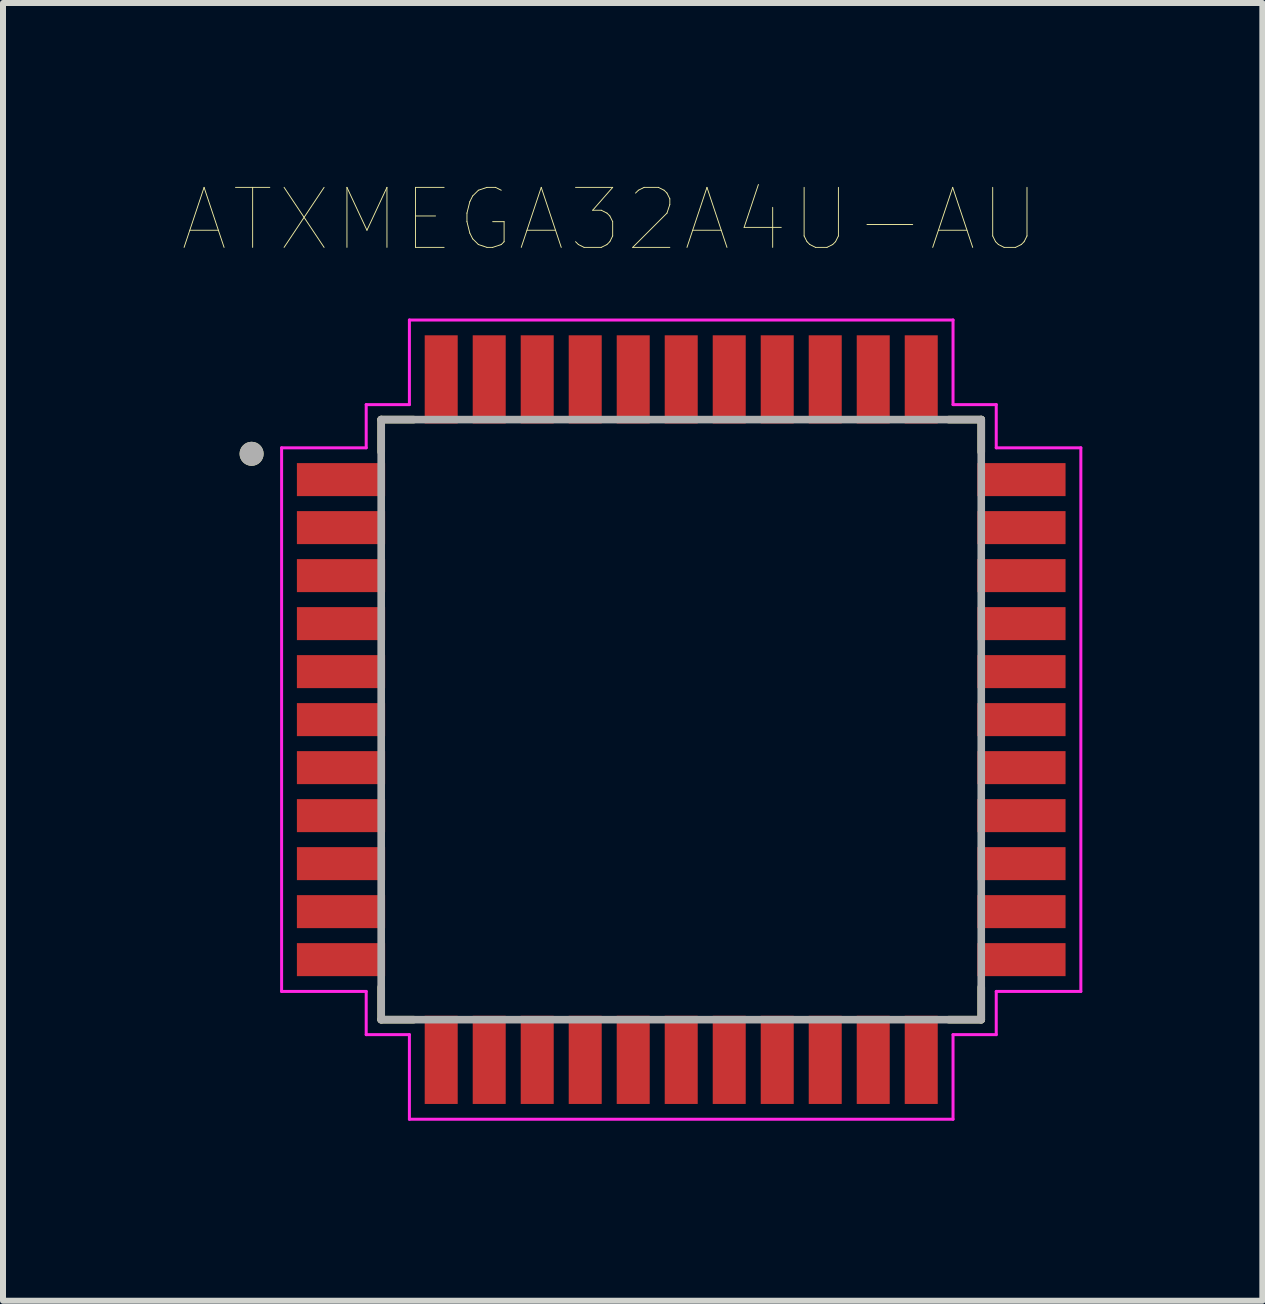
<source format=kicad_pcb>
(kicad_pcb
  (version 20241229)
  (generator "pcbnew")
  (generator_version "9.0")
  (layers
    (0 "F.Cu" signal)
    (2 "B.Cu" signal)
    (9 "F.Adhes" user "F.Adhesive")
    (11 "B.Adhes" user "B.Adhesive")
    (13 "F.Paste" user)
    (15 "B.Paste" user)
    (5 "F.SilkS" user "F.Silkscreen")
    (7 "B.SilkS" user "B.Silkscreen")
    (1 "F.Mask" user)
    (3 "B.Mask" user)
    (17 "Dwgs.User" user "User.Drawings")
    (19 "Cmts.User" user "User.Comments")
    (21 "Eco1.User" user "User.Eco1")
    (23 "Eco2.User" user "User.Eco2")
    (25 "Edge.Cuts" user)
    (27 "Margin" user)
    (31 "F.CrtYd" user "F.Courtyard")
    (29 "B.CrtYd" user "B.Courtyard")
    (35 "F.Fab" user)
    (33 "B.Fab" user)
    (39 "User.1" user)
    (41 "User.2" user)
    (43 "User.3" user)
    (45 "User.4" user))
  (footprint "ATXMEGA32A4U-AU"
    (layer "F.Cu")
    (at 8.303 8.943)
    (property "Reference" "ATXMEGA32A4U-AU" (at -1.19 -8.332 0) (layer "F.SilkS") (effects (font (size 1 1) (thickness 0.015))))
    (attr through_hole)
    (fp_line (start -5 -5) (end -5 -4.46) (stroke (width 0.127) (type solid)) (layer "F.SilkS"))
    (fp_line (start -5 -5) (end -4.46 -5) (stroke (width 0.127) (type solid)) (layer "F.SilkS"))
    (fp_line (start -5 5) (end -5 4.46) (stroke (width 0.127) (type solid)) (layer "F.SilkS"))
    (fp_line (start -5 5) (end -4.46 5) (stroke (width 0.127) (type solid)) (layer "F.SilkS"))
    (fp_line (start 5 -5) (end 4.46 -5) (stroke (width 0.127) (type solid)) (layer "F.SilkS"))
    (fp_line (start 5 -5) (end 5 -4.46) (stroke (width 0.127) (type solid)) (layer "F.SilkS"))
    (fp_line (start 5 5) (end 4.46 5) (stroke (width 0.127) (type solid)) (layer "F.SilkS"))
    (fp_line (start 5 5) (end 5 4.46) (stroke (width 0.127) (type solid)) (layer "F.SilkS"))
    (fp_circle (center -7.16 -4.43) (end -7.06 -4.43) (stroke (width 0.2) (type solid)) (fill no) (layer "F.SilkS"))
    (fp_line (start -6.66 -4.53) (end -5.25 -4.53) (stroke (width 0.05) (type solid)) (layer "F.CrtYd"))
    (fp_line (start -6.66 4.53) (end -6.66 -4.53) (stroke (width 0.05) (type solid)) (layer "F.CrtYd"))
    (fp_line (start -5.25 -5.25) (end -4.53 -5.25) (stroke (width 0.05) (type solid)) (layer "F.CrtYd"))
    (fp_line (start -5.25 -4.53) (end -5.25 -5.25) (stroke (width 0.05) (type solid)) (layer "F.CrtYd"))
    (fp_line (start -5.25 4.53) (end -6.66 4.53) (stroke (width 0.05) (type solid)) (layer "F.CrtYd"))
    (fp_line (start -5.25 5.25) (end -5.25 4.53) (stroke (width 0.05) (type solid)) (layer "F.CrtYd"))
    (fp_line (start -4.53 -6.66) (end 4.53 -6.66) (stroke (width 0.05) (type solid)) (layer "F.CrtYd"))
    (fp_line (start -4.53 -5.25) (end -4.53 -6.66) (stroke (width 0.05) (type solid)) (layer "F.CrtYd"))
    (fp_line (start -4.53 5.25) (end -5.25 5.25) (stroke (width 0.05) (type solid)) (layer "F.CrtYd"))
    (fp_line (start -4.53 6.66) (end -4.53 5.25) (stroke (width 0.05) (type solid)) (layer "F.CrtYd"))
    (fp_line (start 4.53 -6.66) (end 4.53 -5.25) (stroke (width 0.05) (type solid)) (layer "F.CrtYd"))
    (fp_line (start 4.53 -5.25) (end 5.25 -5.25) (stroke (width 0.05) (type solid)) (layer "F.CrtYd"))
    (fp_line (start 4.53 5.25) (end 4.53 6.66) (stroke (width 0.05) (type solid)) (layer "F.CrtYd"))
    (fp_line (start 4.53 6.66) (end -4.53 6.66) (stroke (width 0.05) (type solid)) (layer "F.CrtYd"))
    (fp_line (start 5.25 -5.25) (end 5.25 -4.53) (stroke (width 0.05) (type solid)) (layer "F.CrtYd"))
    (fp_line (start 5.25 -4.53) (end 6.66 -4.53) (stroke (width 0.05) (type solid)) (layer "F.CrtYd"))
    (fp_line (start 5.25 4.53) (end 5.25 5.25) (stroke (width 0.05) (type solid)) (layer "F.CrtYd"))
    (fp_line (start 5.25 5.25) (end 4.53 5.25) (stroke (width 0.05) (type solid)) (layer "F.CrtYd"))
    (fp_line (start 6.66 -4.53) (end 6.66 4.53) (stroke (width 0.05) (type solid)) (layer "F.CrtYd"))
    (fp_line (start 6.66 4.53) (end 5.25 4.53) (stroke (width 0.05) (type solid)) (layer "F.CrtYd"))
    (fp_line (start -5 5) (end -5 -5) (stroke (width 0.127) (type solid)) (layer "F.Fab"))
    (fp_line (start 5 -5) (end -5 -5) (stroke (width 0.127) (type solid)) (layer "F.Fab"))
    (fp_line (start 5 5) (end -5 5) (stroke (width 0.127) (type solid)) (layer "F.Fab"))
    (fp_line (start 5 5) (end 5 -5) (stroke (width 0.127) (type solid)) (layer "F.Fab"))
    (fp_circle (center -7.16 -4.43) (end -7.06 -4.43) (stroke (width 0.2) (type solid)) (fill no) (layer "F.Fab"))
    (pad "1" smd rect (at -5.67 -4) (size 1.47 0.55) (layers "F.Cu" "F.Mask" "F.Paste"))
    (pad "2" smd rect (at -5.67 -3.2) (size 1.47 0.55) (layers "F.Cu" "F.Mask" "F.Paste"))
    (pad "3" smd rect (at -5.67 -2.4) (size 1.47 0.55) (layers "F.Cu" "F.Mask" "F.Paste"))
    (pad "4" smd rect (at -5.67 -1.6) (size 1.47 0.55) (layers "F.Cu" "F.Mask" "F.Paste"))
    (pad "5" smd rect (at -5.67 -0.8) (size 1.47 0.55) (layers "F.Cu" "F.Mask" "F.Paste"))
    (pad "6" smd rect (at -5.67 0) (size 1.47 0.55) (layers "F.Cu" "F.Mask" "F.Paste"))
    (pad "7" smd rect (at -5.67 0.8) (size 1.47 0.55) (layers "F.Cu" "F.Mask" "F.Paste"))
    (pad "8" smd rect (at -5.67 1.6) (size 1.47 0.55) (layers "F.Cu" "F.Mask" "F.Paste"))
    (pad "9" smd rect (at -5.67 2.4) (size 1.47 0.55) (layers "F.Cu" "F.Mask" "F.Paste"))
    (pad "10" smd rect (at -5.67 3.2) (size 1.47 0.55) (layers "F.Cu" "F.Mask" "F.Paste"))
    (pad "11" smd rect (at -5.67 4) (size 1.47 0.55) (layers "F.Cu" "F.Mask" "F.Paste"))
    (pad "12" smd rect (at -4 5.67) (size 0.55 1.47) (layers "F.Cu" "F.Mask" "F.Paste"))
    (pad "13" smd rect (at -3.2 5.67) (size 0.55 1.47) (layers "F.Cu" "F.Mask" "F.Paste"))
    (pad "14" smd rect (at -2.4 5.67) (size 0.55 1.47) (layers "F.Cu" "F.Mask" "F.Paste"))
    (pad "15" smd rect (at -1.6 5.67) (size 0.55 1.47) (layers "F.Cu" "F.Mask" "F.Paste"))
    (pad "16" smd rect (at -0.8 5.67) (size 0.55 1.47) (layers "F.Cu" "F.Mask" "F.Paste"))
    (pad "17" smd rect (at 0 5.67) (size 0.55 1.47) (layers "F.Cu" "F.Mask" "F.Paste"))
    (pad "18" smd rect (at 0.8 5.67) (size 0.55 1.47) (layers "F.Cu" "F.Mask" "F.Paste"))
    (pad "19" smd rect (at 1.6 5.67) (size 0.55 1.47) (layers "F.Cu" "F.Mask" "F.Paste"))
    (pad "20" smd rect (at 2.4 5.67) (size 0.55 1.47) (layers "F.Cu" "F.Mask" "F.Paste"))
    (pad "21" smd rect (at 3.2 5.67) (size 0.55 1.47) (layers "F.Cu" "F.Mask" "F.Paste"))
    (pad "22" smd rect (at 4 5.67) (size 0.55 1.47) (layers "F.Cu" "F.Mask" "F.Paste"))
    (pad "23" smd rect (at 5.67 4) (size 1.47 0.55) (layers "F.Cu" "F.Mask" "F.Paste"))
    (pad "24" smd rect (at 5.67 3.2) (size 1.47 0.55) (layers "F.Cu" "F.Mask" "F.Paste"))
    (pad "25" smd rect (at 5.67 2.4) (size 1.47 0.55) (layers "F.Cu" "F.Mask" "F.Paste"))
    (pad "26" smd rect (at 5.67 1.6) (size 1.47 0.55) (layers "F.Cu" "F.Mask" "F.Paste"))
    (pad "27" smd rect (at 5.67 0.8) (size 1.47 0.55) (layers "F.Cu" "F.Mask" "F.Paste"))
    (pad "28" smd rect (at 5.67 0) (size 1.47 0.55) (layers "F.Cu" "F.Mask" "F.Paste"))
    (pad "29" smd rect (at 5.67 -0.8) (size 1.47 0.55) (layers "F.Cu" "F.Mask" "F.Paste"))
    (pad "30" smd rect (at 5.67 -1.6) (size 1.47 0.55) (layers "F.Cu" "F.Mask" "F.Paste"))
    (pad "31" smd rect (at 5.67 -2.4) (size 1.47 0.55) (layers "F.Cu" "F.Mask" "F.Paste"))
    (pad "32" smd rect (at 5.67 -3.2) (size 1.47 0.55) (layers "F.Cu" "F.Mask" "F.Paste"))
    (pad "33" smd rect (at 5.67 -4) (size 1.47 0.55) (layers "F.Cu" "F.Mask" "F.Paste"))
    (pad "34" smd rect (at 4 -5.67) (size 0.55 1.47) (layers "F.Cu" "F.Mask" "F.Paste"))
    (pad "35" smd rect (at 3.2 -5.67) (size 0.55 1.47) (layers "F.Cu" "F.Mask" "F.Paste"))
    (pad "36" smd rect (at 2.4 -5.67) (size 0.55 1.47) (layers "F.Cu" "F.Mask" "F.Paste"))
    (pad "37" smd rect (at 1.6 -5.67) (size 0.55 1.47) (layers "F.Cu" "F.Mask" "F.Paste"))
    (pad "38" smd rect (at 0.8 -5.67) (size 0.55 1.47) (layers "F.Cu" "F.Mask" "F.Paste"))
    (pad "39" smd rect (at 0 -5.67) (size 0.55 1.47) (layers "F.Cu" "F.Mask" "F.Paste"))
    (pad "40" smd rect (at -0.8 -5.67) (size 0.55 1.47) (layers "F.Cu" "F.Mask" "F.Paste"))
    (pad "41" smd rect (at -1.6 -5.67) (size 0.55 1.47) (layers "F.Cu" "F.Mask" "F.Paste"))
    (pad "42" smd rect (at -2.4 -5.67) (size 0.55 1.47) (layers "F.Cu" "F.Mask" "F.Paste"))
    (pad "43" smd rect (at -3.2 -5.67) (size 0.55 1.47) (layers "F.Cu" "F.Mask" "F.Paste"))
    (pad "44" smd rect (at -4 -5.67) (size 0.55 1.47) (layers "F.Cu" "F.Mask" "F.Paste")))
  (gr_rect
    (start -3 -3)
    (end 17.988 18.628)
    (stroke (width 0.1) (type default))
    (fill no)
    (layer "Edge.Cuts")))
</source>
